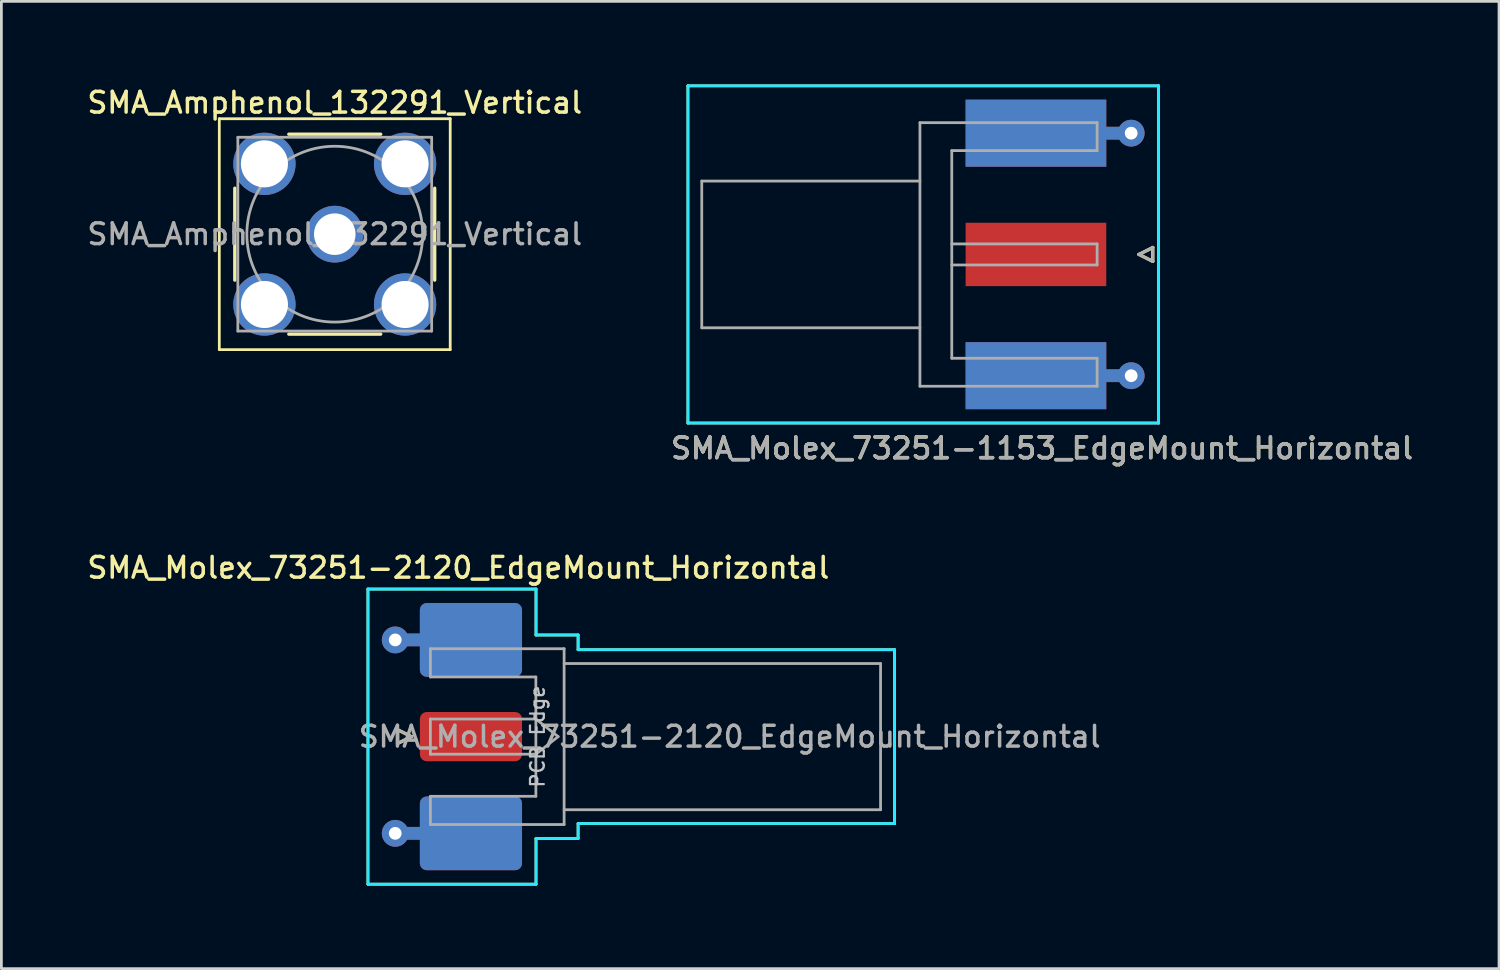
<source format=kicad_pcb>
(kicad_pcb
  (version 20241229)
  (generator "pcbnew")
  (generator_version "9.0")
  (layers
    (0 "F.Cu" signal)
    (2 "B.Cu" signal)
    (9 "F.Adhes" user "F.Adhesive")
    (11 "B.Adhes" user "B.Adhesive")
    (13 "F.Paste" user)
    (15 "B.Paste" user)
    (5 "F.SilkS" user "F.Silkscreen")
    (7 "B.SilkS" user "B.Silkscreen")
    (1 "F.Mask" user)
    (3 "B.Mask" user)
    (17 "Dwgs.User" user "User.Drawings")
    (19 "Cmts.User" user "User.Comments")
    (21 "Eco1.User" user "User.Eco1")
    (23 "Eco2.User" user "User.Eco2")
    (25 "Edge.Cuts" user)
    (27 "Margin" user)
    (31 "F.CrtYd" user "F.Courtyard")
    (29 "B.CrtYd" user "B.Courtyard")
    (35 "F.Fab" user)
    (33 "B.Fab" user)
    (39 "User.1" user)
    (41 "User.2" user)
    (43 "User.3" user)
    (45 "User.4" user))
  (footprint "SMA_Molex_73251-1153_EdgeMount_Horizontal"
    (layer "F.Cu")
    (at 36.087 6.14)
    (property "Reference" "SMA_Molex_73251-1153_EdgeMount_Horizontal" (at -1.5 7 0) (layer "F.SilkS") (effects (font (size 0.75 0.75) (thickness 0.125))))
    (attr smd)
    (fp_line (start -14.29 -6.09) (end -14.29 6.09) (stroke (width 0.1) (type solid)) (layer "F.SilkS"))
    (fp_line (start -14.29 6.09) (end 2.71 6.09) (stroke (width 0.1) (type solid)) (layer "F.SilkS"))
    (fp_line (start 2 0) (end 2.5 -0.25) (stroke (width 0.12) (type solid)) (layer "F.SilkS"))
    (fp_line (start 2.5 -0.25) (end 2.5 0.25) (stroke (width 0.12) (type solid)) (layer "F.SilkS"))
    (fp_line (start 2.5 0.25) (end 2 0) (stroke (width 0.12) (type solid)) (layer "F.SilkS"))
    (fp_line (start 2.71 -6.09) (end -14.29 -6.09) (stroke (width 0.1) (type solid)) (layer "F.SilkS"))
    (fp_line (start 2.71 -6.09) (end 2.71 6.09) (stroke (width 0.1) (type solid)) (layer "F.SilkS"))
    (fp_line (start -14.29 -6.09) (end -14.29 6.09) (stroke (width 0.1) (type solid)) (layer "B.CrtYd"))
    (fp_line (start -14.29 -6.09) (end 2.71 -6.09) (stroke (width 0.1) (type solid)) (layer "B.CrtYd"))
    (fp_line (start -14.29 6.09) (end 2.71 6.09) (stroke (width 0.1) (type solid)) (layer "B.CrtYd"))
    (fp_line (start 2.71 -6.09) (end 2.71 6.09) (stroke (width 0.1) (type solid)) (layer "B.CrtYd"))
    (fp_line (start -13.79 -2.65) (end -13.79 2.65) (stroke (width 0.1) (type solid)) (layer "F.Fab"))
    (fp_line (start -13.79 -2.65) (end -5.91 -2.65) (stroke (width 0.1) (type solid)) (layer "F.Fab"))
    (fp_line (start -13.79 2.65) (end -5.91 2.65) (stroke (width 0.1) (type solid)) (layer "F.Fab"))
    (fp_line (start -5.91 -4.76) (end -5.91 4.76) (stroke (width 0.1) (type solid)) (layer "F.Fab"))
    (fp_line (start -5.91 4.76) (end 0.49 4.76) (stroke (width 0.1) (type solid)) (layer "F.Fab"))
    (fp_line (start -4.76 -3.75) (end -4.76 3.75) (stroke (width 0.1) (type solid)) (layer "F.Fab"))
    (fp_line (start -4.76 -3.75) (end 0.49 -3.75) (stroke (width 0.1) (type solid)) (layer "F.Fab"))
    (fp_line (start -4.76 -0.38) (end 0.49 -0.38) (stroke (width 0.1) (type solid)) (layer "F.Fab"))
    (fp_line (start -4.76 0.38) (end 0.49 0.38) (stroke (width 0.1) (type solid)) (layer "F.Fab"))
    (fp_line (start -4.76 3.75) (end 0.49 3.75) (stroke (width 0.1) (type solid)) (layer "F.Fab"))
    (fp_line (start 0.49 -4.76) (end -5.91 -4.76) (stroke (width 0.1) (type solid)) (layer "F.Fab"))
    (fp_line (start 0.49 -4.76) (end 0.49 -3.75) (stroke (width 0.1) (type solid)) (layer "F.Fab"))
    (fp_line (start 0.49 -0.38) (end 0.49 0.38) (stroke (width 0.1) (type solid)) (layer "F.Fab"))
    (fp_line (start 0.49 3.75) (end 0.49 4.76) (stroke (width 0.1) (type solid)) (layer "F.Fab"))
    (fp_line (start 2 0) (end 2.5 0.25) (stroke (width 0.1) (type solid)) (layer "F.Fab"))
    (fp_line (start 2.5 -0.25) (end 2 0) (stroke (width 0.1) (type solid)) (layer "F.Fab"))
    (fp_line (start 2.5 0.25) (end 2.5 -0.25) (stroke (width 0.1) (type solid)) (layer "F.Fab"))
    (fp_text user "${REFERENCE}" (at -1.5 7 0) (layer "F.Fab") (effects (font (size 0.75 0.75) (thickness 0.125))))
    (pad "1" smd rect (at -1.72 0) (size 5.08 2.29) (layers "F.Cu" "F.Mask" "F.Paste"))
    (pad "2" smd rect (at -1.72 -4.38) (size 5.08 2.42) (layers "F.Cu" "F.Mask" "F.Paste"))
    (pad "2" smd rect (at -1.72 -4.38) (size 5.08 2.42) (layers "B.Cu" "B.Mask" "B.Paste"))
    (pad "2" smd rect (at -1.72 4.38) (size 5.08 2.42) (layers "F.Cu" "F.Mask" "F.Paste"))
    (pad "2" smd rect (at -1.72 4.38) (size 5.08 2.42) (layers "B.Cu" "B.Mask" "B.Paste"))
    (pad "2" smd rect (at 1.27 -4.38) (size 0.95 0.46) (layers "F.Cu"))
    (pad "2" smd rect (at 1.27 -4.38) (size 0.95 0.46) (layers "B.Cu"))
    (pad "2" smd rect (at 1.27 4.38) (size 0.95 0.46) (layers "F.Cu"))
    (pad "2" smd rect (at 1.27 4.38) (size 0.95 0.46) (layers "B.Cu"))
    (pad "2" thru_hole circle (at 1.72 -4.38) (size 0.97 0.97) (drill 0.46) (layers "*.Cu"))
    (pad "2" thru_hole circle (at 1.72 4.38) (size 0.97 0.97) (drill 0.46) (layers "*.Cu")))
  (footprint "SMA_Amphenol_132291_Vertical"
    (layer "F.Cu")
    (at 9.041 5.408)
    (property "Reference" "SMA_Amphenol_132291_Vertical" (at 0 -4.75 0) (layer "F.SilkS") (effects (font (size 0.75 0.75) (thickness 0.125))))
    (attr through_hole)
    (fp_line (start -4.17 -4.17) (end -4.17 4.17) (stroke (width 0.1) (type solid)) (layer "F.SilkS"))
    (fp_line (start -4.17 -4.17) (end 4.17 -4.17) (stroke (width 0.1) (type solid)) (layer "F.SilkS"))
    (fp_line (start -3.61 -1.66) (end -3.61 1.66) (stroke (width 0.12) (type solid)) (layer "F.SilkS"))
    (fp_line (start -1.66 -3.61) (end 1.66 -3.61) (stroke (width 0.12) (type solid)) (layer "F.SilkS"))
    (fp_line (start -1.66 3.61) (end 1.66 3.61) (stroke (width 0.12) (type solid)) (layer "F.SilkS"))
    (fp_line (start 3.61 -1.66) (end 3.61 1.66) (stroke (width 0.12) (type solid)) (layer "F.SilkS"))
    (fp_line (start 4.17 4.17) (end -4.17 4.17) (stroke (width 0.1) (type solid)) (layer "F.SilkS"))
    (fp_line (start 4.17 4.17) (end 4.17 -4.17) (stroke (width 0.1) (type solid)) (layer "F.SilkS"))
    (fp_line (start -3.5 -3.5) (end -3.5 3.5) (stroke (width 0.1) (type solid)) (layer "F.Fab"))
    (fp_line (start -3.5 -3.5) (end 3.5 -3.5) (stroke (width 0.1) (type solid)) (layer "F.Fab"))
    (fp_line (start -3.5 3.5) (end 3.5 3.5) (stroke (width 0.1) (type solid)) (layer "F.Fab"))
    (fp_line (start 3.5 -3.5) (end 3.5 3.5) (stroke (width 0.1) (type solid)) (layer "F.Fab"))
    (fp_circle (center 0 0) (end 3.175 0) (stroke (width 0.1) (type solid)) (fill no) (layer "F.Fab"))
    (fp_text user "${REFERENCE}" (at 0 0 0) (layer "F.Fab") (effects (font (size 0.75 0.75) (thickness 0.125))))
    (pad "1" thru_hole circle (at 0 0) (size 2.05 2.05) (drill 1.5) (layers "*.Cu" "*.Mask"))
    (pad "2" thru_hole circle (at -2.54 -2.54) (size 2.25 2.25) (drill 1.7) (layers "*.Cu" "*.Mask"))
    (pad "2" thru_hole circle (at -2.54 2.54) (size 2.25 2.25) (drill 1.7) (layers "*.Cu" "*.Mask"))
    (pad "2" thru_hole circle (at 2.54 -2.54) (size 2.25 2.25) (drill 1.7) (layers "*.Cu" "*.Mask"))
    (pad "2" thru_hole circle (at 2.54 2.54) (size 2.25 2.25) (drill 1.7) (layers "*.Cu" "*.Mask")))
  (footprint "SMA_Molex_73251-2120_EdgeMount_Horizontal"
    (layer "F.Cu")
    (at 14.21 23.556)
    (property "Reference" "SMA_Molex_73251-2120_EdgeMount_Horizontal" (at -0.705 -6.1 0) (layer "F.SilkS") (effects (font (size 0.75 0.75) (thickness 0.125))))
    (attr smd)
    (fp_line (start -0.25 -3.493) (end -2.985 -3.493) (stroke (width 0.46) (type default)) (layer "F.Cu"))
    (fp_line (start -0.25 3.493) (end -2.985 3.493) (stroke (width 0.46) (type default)) (layer "F.Cu"))
    (fp_line (start -0.25 -3.493) (end -2.985 -3.493) (stroke (width 0.46) (type default)) (layer "B.Cu"))
    (fp_line (start -0.25 3.493) (end -2.985 3.493) (stroke (width 0.46) (type default)) (layer "B.Cu"))
    (fp_line (start -3.97 -5.33) (end -3.97 5.33) (stroke (width 0.1) (type solid)) (layer "F.SilkS"))
    (fp_line (start -3.97 -5.33) (end 2.1 -5.33) (stroke (width 0.1) (type solid)) (layer "F.SilkS"))
    (fp_line (start -2.9 -0.25) (end -2.9 0.25) (stroke (width 0.12) (type solid)) (layer "F.SilkS"))
    (fp_line (start -2.9 0.25) (end -2.4 0) (stroke (width 0.12) (type solid)) (layer "F.SilkS"))
    (fp_line (start -2.4 0) (end -2.9 -0.25) (stroke (width 0.12) (type solid)) (layer "F.SilkS"))
    (fp_line (start 2.1 -5.33) (end 2.1 -3.67) (stroke (width 0.1) (type default)) (layer "F.SilkS"))
    (fp_line (start 2.1 -3.67) (end 3.62 -3.67) (stroke (width 0.1) (type default)) (layer "F.SilkS"))
    (fp_line (start 2.1 3.68) (end 3.62 3.68) (stroke (width 0.1) (type default)) (layer "F.SilkS"))
    (fp_line (start 2.1 5.33) (end -3.97 5.33) (stroke (width 0.1) (type solid)) (layer "F.SilkS"))
    (fp_line (start 2.1 5.33) (end 2.1 3.68) (stroke (width 0.1) (type default)) (layer "F.SilkS"))
    (fp_line (start 3.62 -3.67) (end 3.62 -3.14) (stroke (width 0.1) (type default)) (layer "F.SilkS"))
    (fp_line (start 3.62 -3.14) (end 15.05 -3.14) (stroke (width 0.1) (type default)) (layer "F.SilkS"))
    (fp_line (start 3.62 3.14) (end 15.05 3.14) (stroke (width 0.1) (type default)) (layer "F.SilkS"))
    (fp_line (start 3.62 3.68) (end 3.62 3.14) (stroke (width 0.1) (type default)) (layer "F.SilkS"))
    (fp_line (start 15.05 -3.14) (end 15.05 3.14) (stroke (width 0.1) (type solid)) (layer "F.SilkS"))
    (fp_line (start -3.97 -5.33) (end -3.97 5.33) (stroke (width 0.1) (type solid)) (layer "B.CrtYd"))
    (fp_line (start -3.97 -5.33) (end 2.1 -5.33) (stroke (width 0.1) (type solid)) (layer "B.CrtYd"))
    (fp_line (start 2.1 -5.33) (end 2.1 -3.67) (stroke (width 0.1) (type default)) (layer "B.CrtYd"))
    (fp_line (start 2.1 -3.67) (end 3.62 -3.67) (stroke (width 0.1) (type default)) (layer "B.CrtYd"))
    (fp_line (start 2.1 3.68) (end 3.62 3.68) (stroke (width 0.1) (type default)) (layer "B.CrtYd"))
    (fp_line (start 2.1 5.33) (end -3.97 5.33) (stroke (width 0.1) (type solid)) (layer "B.CrtYd"))
    (fp_line (start 2.1 5.33) (end 2.1 3.68) (stroke (width 0.1) (type default)) (layer "B.CrtYd"))
    (fp_line (start 3.62 -3.67) (end 3.62 -3.14) (stroke (width 0.1) (type default)) (layer "B.CrtYd"))
    (fp_line (start 3.62 -3.14) (end 15.05 -3.14) (stroke (width 0.1) (type default)) (layer "B.CrtYd"))
    (fp_line (start 3.62 3.14) (end 15.05 3.14) (stroke (width 0.1) (type default)) (layer "B.CrtYd"))
    (fp_line (start 3.62 3.68) (end 3.62 3.14) (stroke (width 0.1) (type default)) (layer "B.CrtYd"))
    (fp_line (start 15.05 -3.14) (end 15.05 3.14) (stroke (width 0.1) (type solid)) (layer "B.CrtYd"))
    (fp_line (start -2.9 -0.25) (end -2.4 0) (stroke (width 0.1) (type solid)) (layer "F.Fab"))
    (fp_line (start -2.9 0.25) (end -2.9 -0.25) (stroke (width 0.1) (type solid)) (layer "F.Fab"))
    (fp_line (start -2.4 0) (end -2.9 0.25) (stroke (width 0.1) (type solid)) (layer "F.Fab"))
    (fp_line (start -1.715 -3.175) (end -1.715 -2.155) (stroke (width 0.1) (type solid)) (layer "F.Fab"))
    (fp_line (start -1.715 -3.175) (end 3.115 -3.175) (stroke (width 0.1) (type solid)) (layer "F.Fab"))
    (fp_line (start -1.715 -0.635) (end -1.715 0.635) (stroke (width 0.1) (type solid)) (layer "F.Fab"))
    (fp_line (start -1.715 3.175) (end -1.715 2.155) (stroke (width 0.1) (type solid)) (layer "F.Fab"))
    (fp_line (start 2.095 -2.155) (end -1.715 -2.155) (stroke (width 0.1) (type solid)) (layer "F.Fab"))
    (fp_line (start 2.095 -2.155) (end 2.095 2.155) (stroke (width 0.1) (type solid)) (layer "F.Fab"))
    (fp_line (start 2.095 -0.635) (end -1.715 -0.635) (stroke (width 0.1) (type solid)) (layer "F.Fab"))
    (fp_line (start 2.095 -0.635) (end 2.9 0) (stroke (width 0.1) (type solid)) (layer "F.Fab"))
    (fp_line (start 2.095 0.635) (end -1.715 0.635) (stroke (width 0.1) (type solid)) (layer "F.Fab"))
    (fp_line (start 2.095 2.155) (end -1.715 2.155) (stroke (width 0.1) (type solid)) (layer "F.Fab"))
    (fp_line (start 2.9 0) (end 2.095 0.635) (stroke (width 0.1) (type solid)) (layer "F.Fab"))
    (fp_line (start 3.115 -3.175) (end 3.115 3.175) (stroke (width 0.1) (type solid)) (layer "F.Fab"))
    (fp_line (start 3.115 3.175) (end -1.715 3.175) (stroke (width 0.1) (type solid)) (layer "F.Fab"))
    (fp_line (start 14.545 -2.64) (end 3.115 -2.64) (stroke (width 0.1) (type solid)) (layer "F.Fab"))
    (fp_line (start 14.545 -2.64) (end 14.545 2.64) (stroke (width 0.1) (type solid)) (layer "F.Fab"))
    (fp_line (start 14.545 2.64) (end 3.115 2.64) (stroke (width 0.1) (type solid)) (layer "F.Fab"))
    (fp_text user "PCB Edge" (at 2.155 0 270) (layer "Dwgs.User") (effects (font (size 0.5 0.5) (thickness 0.08))))
    (fp_text user "${REFERENCE}" (at 9.095 0 0) (layer "F.Fab") (effects (font (size 0.75 0.75) (thickness 0.125))))
    (pad "1" smd roundrect (at -0.25 0) (size 3.69 1.78) (layers "F.Cu" "F.Mask" "F.Paste") (roundrect_rratio 0.14))
    (pad "2" thru_hole circle (at -2.985 -3.493) (size 0.97 0.97) (drill 0.46) (layers "*.Cu"))
    (pad "2" thru_hole circle (at -2.985 3.493) (size 0.97 0.97) (drill 0.46) (layers "*.Cu"))
    (pad "2" smd roundrect (at -0.25 -3.493) (size 3.69 2.665) (layers "F.Cu" "F.Mask" "F.Paste") (roundrect_rratio 0.094))
    (pad "2" smd roundrect (at -0.25 -3.493) (size 3.69 2.665) (layers "B.Cu" "B.Mask" "B.Paste") (roundrect_rratio 0.094))
    (pad "2" smd roundrect (at -0.25 3.493) (size 3.69 2.665) (layers "F.Cu" "F.Mask" "F.Paste") (roundrect_rratio 0.094))
    (pad "2" smd roundrect (at -0.25 3.493) (size 3.69 2.665) (layers "B.Cu" "B.Mask" "B.Paste") (roundrect_rratio 0.094)))
  (gr_rect
    (start -3 -3)
    (end 51.093 31.936)
    (stroke (width 0.1) (type default))
    (fill no)
    (layer "Edge.Cuts")))
</source>
